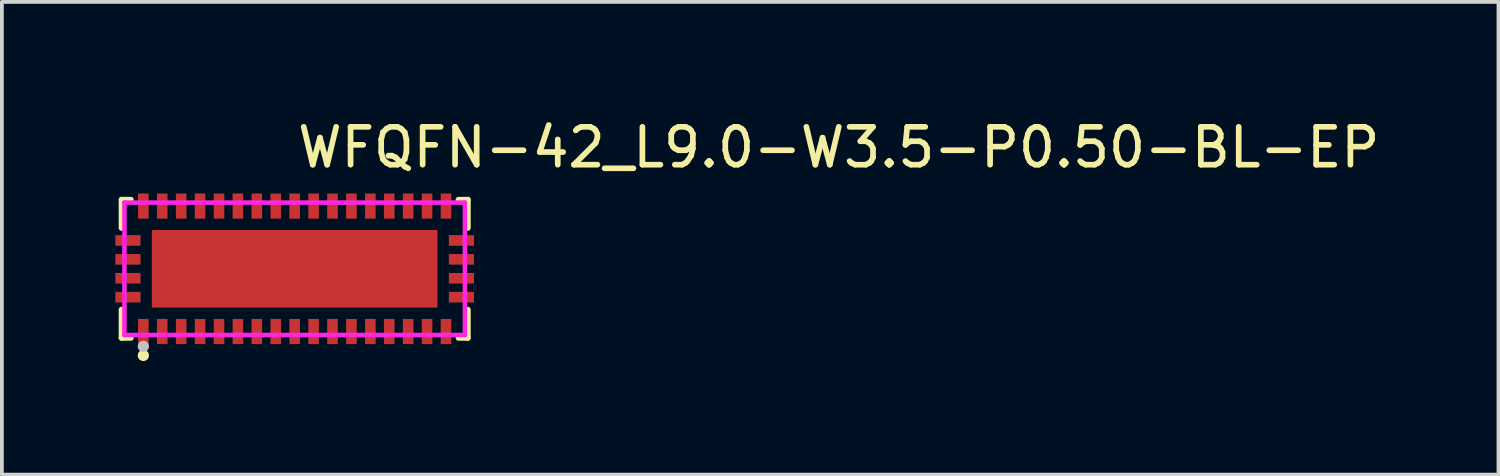
<source format=kicad_pcb>
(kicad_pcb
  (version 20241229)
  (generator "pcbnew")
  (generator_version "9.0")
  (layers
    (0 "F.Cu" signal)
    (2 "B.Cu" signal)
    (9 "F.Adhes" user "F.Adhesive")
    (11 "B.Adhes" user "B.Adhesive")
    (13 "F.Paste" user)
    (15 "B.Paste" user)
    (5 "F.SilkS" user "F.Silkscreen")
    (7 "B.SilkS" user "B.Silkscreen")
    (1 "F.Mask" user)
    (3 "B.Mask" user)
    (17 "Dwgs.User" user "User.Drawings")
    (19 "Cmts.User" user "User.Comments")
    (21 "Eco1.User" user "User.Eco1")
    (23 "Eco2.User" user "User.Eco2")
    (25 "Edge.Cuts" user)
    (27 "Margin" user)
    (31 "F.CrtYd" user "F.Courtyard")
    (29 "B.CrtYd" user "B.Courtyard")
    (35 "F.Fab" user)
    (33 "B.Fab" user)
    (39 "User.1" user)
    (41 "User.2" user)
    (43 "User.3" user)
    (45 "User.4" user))
  (footprint "WFQFN-42_L9.0-W3.5-P0.50-BL-EP"
    (layer "F.Cu")
    (at 4.737 4.055)
    (property "Reference" "WFQFN-42_L9.0-W3.5-P0.50-BL-EP" (at 0 -3.207 0) (layer "F.SilkS") (effects (font (size 1 1) (thickness 0.15)) (justify left)))
    (attr through_hole)
    (fp_line (start -4.574 -1.826) (end -4.328 -1.826) (stroke (width 0.152) (type solid)) (layer "F.SilkS"))
    (fp_line (start -4.574 -1.08) (end -4.574 -1.826) (stroke (width 0.152) (type solid)) (layer "F.SilkS"))
    (fp_line (start -4.574 1.08) (end -4.574 1.826) (stroke (width 0.152) (type solid)) (layer "F.SilkS"))
    (fp_line (start -4.574 1.826) (end -4.328 1.826) (stroke (width 0.152) (type solid)) (layer "F.SilkS"))
    (fp_line (start 4.579 -1.826) (end 4.333 -1.826) (stroke (width 0.152) (type solid)) (layer "F.SilkS"))
    (fp_line (start 4.579 -1.08) (end 4.579 -1.826) (stroke (width 0.152) (type solid)) (layer "F.SilkS"))
    (fp_line (start 4.579 1.08) (end 4.579 1.826) (stroke (width 0.152) (type solid)) (layer "F.SilkS"))
    (fp_line (start 4.579 1.826) (end 4.333 1.826) (stroke (width 0.152) (type solid)) (layer "F.SilkS"))
    (fp_circle (center -3.998 2.29) (end -3.923 2.29) (stroke (width 0.15) (type solid)) (fill no) (layer "F.SilkS"))
    (fp_circle (center -3.998 2.05) (end -3.923 2.05) (stroke (width 0.15) (type solid)) (fill no) (layer "Dwgs.User"))
    (fp_circle (center -4.498 1.75) (end -4.468 1.75) (stroke (width 0.06) (type solid)) (fill no) (layer "Eco2.User"))
    (fp_poly (pts (xy -4.123 -1.75) (xy -4.123 -1.35) (xy -3.873 -1.35) (xy -3.873 -1.75)) (stroke (width 0.12) (type solid)) (fill no) (layer "Eco2.User"))
    (fp_poly (pts (xy -4.123 1.75) (xy -4.123 1.35) (xy -3.873 1.35) (xy -3.873 1.75)) (stroke (width 0.12) (type solid)) (fill no) (layer "Eco2.User"))
    (fp_poly (pts (xy -4.098 -0.625) (xy -4.098 -0.875) (xy -4.498 -0.875) (xy -4.498 -0.625)) (stroke (width 0.12) (type solid)) (fill no) (layer "Eco2.User"))
    (fp_poly (pts (xy -4.098 -0.125) (xy -4.098 -0.375) (xy -4.498 -0.375) (xy -4.498 -0.125)) (stroke (width 0.12) (type solid)) (fill no) (layer "Eco2.User"))
    (fp_poly (pts (xy -4.098 0.375) (xy -4.098 0.125) (xy -4.498 0.125) (xy -4.498 0.375)) (stroke (width 0.12) (type solid)) (fill no) (layer "Eco2.User"))
    (fp_poly (pts (xy -4.098 0.875) (xy -4.098 0.625) (xy -4.498 0.625) (xy -4.498 0.875)) (stroke (width 0.12) (type solid)) (fill no) (layer "Eco2.User"))
    (fp_poly (pts (xy -3.623 -1.75) (xy -3.623 -1.35) (xy -3.373 -1.35) (xy -3.373 -1.75)) (stroke (width 0.12) (type solid)) (fill no) (layer "Eco2.User"))
    (fp_poly (pts (xy -3.623 1.75) (xy -3.623 1.35) (xy -3.373 1.35) (xy -3.373 1.75)) (stroke (width 0.12) (type solid)) (fill no) (layer "Eco2.User"))
    (fp_poly (pts (xy -3.123 -1.75) (xy -3.123 -1.35) (xy -2.873 -1.35) (xy -2.873 -1.75)) (stroke (width 0.12) (type solid)) (fill no) (layer "Eco2.User"))
    (fp_poly (pts (xy -3.123 1.75) (xy -3.123 1.35) (xy -2.873 1.35) (xy -2.873 1.75)) (stroke (width 0.12) (type solid)) (fill no) (layer "Eco2.User"))
    (fp_poly (pts (xy -2.623 -1.75) (xy -2.623 -1.35) (xy -2.373 -1.35) (xy -2.373 -1.75)) (stroke (width 0.12) (type solid)) (fill no) (layer "Eco2.User"))
    (fp_poly (pts (xy -2.623 1.75) (xy -2.623 1.35) (xy -2.373 1.35) (xy -2.373 1.75)) (stroke (width 0.12) (type solid)) (fill no) (layer "Eco2.User"))
    (fp_poly (pts (xy -2.123 -1.75) (xy -2.123 -1.35) (xy -1.873 -1.35) (xy -1.873 -1.75)) (stroke (width 0.12) (type solid)) (fill no) (layer "Eco2.User"))
    (fp_poly (pts (xy -2.123 1.75) (xy -2.123 1.35) (xy -1.873 1.35) (xy -1.873 1.75)) (stroke (width 0.12) (type solid)) (fill no) (layer "Eco2.User"))
    (fp_poly (pts (xy -1.623 -1.75) (xy -1.623 -1.35) (xy -1.373 -1.35) (xy -1.373 -1.75)) (stroke (width 0.12) (type solid)) (fill no) (layer "Eco2.User"))
    (fp_poly (pts (xy -1.623 1.75) (xy -1.623 1.35) (xy -1.373 1.35) (xy -1.373 1.75)) (stroke (width 0.12) (type solid)) (fill no) (layer "Eco2.User"))
    (fp_poly (pts (xy -1.123 -1.75) (xy -1.123 -1.35) (xy -0.873 -1.35) (xy -0.873 -1.75)) (stroke (width 0.12) (type solid)) (fill no) (layer "Eco2.User"))
    (fp_poly (pts (xy -1.123 1.75) (xy -1.123 1.35) (xy -0.873 1.35) (xy -0.873 1.75)) (stroke (width 0.12) (type solid)) (fill no) (layer "Eco2.User"))
    (fp_poly (pts (xy -0.623 -1.75) (xy -0.623 -1.35) (xy -0.373 -1.35) (xy -0.373 -1.75)) (stroke (width 0.12) (type solid)) (fill no) (layer "Eco2.User"))
    (fp_poly (pts (xy -0.623 1.75) (xy -0.623 1.35) (xy -0.373 1.35) (xy -0.373 1.75)) (stroke (width 0.12) (type solid)) (fill no) (layer "Eco2.User"))
    (fp_poly (pts (xy -0.123 -1.75) (xy -0.123 -1.35) (xy 0.127 -1.35) (xy 0.127 -1.75)) (stroke (width 0.12) (type solid)) (fill no) (layer "Eco2.User"))
    (fp_poly (pts (xy -0.123 1.75) (xy -0.123 1.35) (xy 0.127 1.35) (xy 0.127 1.75)) (stroke (width 0.12) (type solid)) (fill no) (layer "Eco2.User"))
    (fp_poly (pts (xy 0.377 -1.75) (xy 0.377 -1.35) (xy 0.627 -1.35) (xy 0.627 -1.75)) (stroke (width 0.12) (type solid)) (fill no) (layer "Eco2.User"))
    (fp_poly (pts (xy 0.377 1.75) (xy 0.377 1.35) (xy 0.627 1.35) (xy 0.627 1.75)) (stroke (width 0.12) (type solid)) (fill no) (layer "Eco2.User"))
    (fp_poly (pts (xy 0.877 -1.75) (xy 0.877 -1.35) (xy 1.127 -1.35) (xy 1.127 -1.75)) (stroke (width 0.12) (type solid)) (fill no) (layer "Eco2.User"))
    (fp_poly (pts (xy 0.877 1.75) (xy 0.877 1.35) (xy 1.127 1.35) (xy 1.127 1.75)) (stroke (width 0.12) (type solid)) (fill no) (layer "Eco2.User"))
    (fp_poly (pts (xy 1.377 -1.75) (xy 1.377 -1.35) (xy 1.627 -1.35) (xy 1.627 -1.75)) (stroke (width 0.12) (type solid)) (fill no) (layer "Eco2.User"))
    (fp_poly (pts (xy 1.377 1.75) (xy 1.377 1.35) (xy 1.627 1.35) (xy 1.627 1.75)) (stroke (width 0.12) (type solid)) (fill no) (layer "Eco2.User"))
    (fp_poly (pts (xy 1.877 -1.75) (xy 1.877 -1.35) (xy 2.127 -1.35) (xy 2.127 -1.75)) (stroke (width 0.12) (type solid)) (fill no) (layer "Eco2.User"))
    (fp_poly (pts (xy 1.877 1.75) (xy 1.877 1.35) (xy 2.127 1.35) (xy 2.127 1.75)) (stroke (width 0.12) (type solid)) (fill no) (layer "Eco2.User"))
    (fp_poly (pts (xy 2.377 -1.75) (xy 2.377 -1.35) (xy 2.627 -1.35) (xy 2.627 -1.75)) (stroke (width 0.12) (type solid)) (fill no) (layer "Eco2.User"))
    (fp_poly (pts (xy 2.377 1.75) (xy 2.377 1.35) (xy 2.627 1.35) (xy 2.627 1.75)) (stroke (width 0.12) (type solid)) (fill no) (layer "Eco2.User"))
    (fp_poly (pts (xy 2.877 -1.75) (xy 2.877 -1.35) (xy 3.127 -1.35) (xy 3.127 -1.75)) (stroke (width 0.12) (type solid)) (fill no) (layer "Eco2.User"))
    (fp_poly (pts (xy 2.877 1.75) (xy 2.877 1.35) (xy 3.127 1.35) (xy 3.127 1.75)) (stroke (width 0.12) (type solid)) (fill no) (layer "Eco2.User"))
    (fp_poly (pts (xy 3.377 -1.75) (xy 3.377 -1.35) (xy 3.627 -1.35) (xy 3.627 -1.75)) (stroke (width 0.12) (type solid)) (fill no) (layer "Eco2.User"))
    (fp_poly (pts (xy 3.377 1.75) (xy 3.377 1.35) (xy 3.627 1.35) (xy 3.627 1.75)) (stroke (width 0.12) (type solid)) (fill no) (layer "Eco2.User"))
    (fp_poly (pts (xy 3.877 -1.75) (xy 3.877 -1.35) (xy 4.127 -1.35) (xy 4.127 -1.75)) (stroke (width 0.12) (type solid)) (fill no) (layer "Eco2.User"))
    (fp_poly (pts (xy 3.877 1.75) (xy 3.877 1.35) (xy 4.127 1.35) (xy 4.127 1.75)) (stroke (width 0.12) (type solid)) (fill no) (layer "Eco2.User"))
    (fp_poly (pts (xy 4.102 -0.625) (xy 4.102 -0.875) (xy 4.502 -0.875) (xy 4.502 -0.625)) (stroke (width 0.12) (type solid)) (fill no) (layer "Eco2.User"))
    (fp_poly (pts (xy 4.102 -0.125) (xy 4.102 -0.375) (xy 4.502 -0.375) (xy 4.502 -0.125)) (stroke (width 0.12) (type solid)) (fill no) (layer "Eco2.User"))
    (fp_poly (pts (xy 4.102 0.375) (xy 4.102 0.125) (xy 4.502 0.125) (xy 4.502 0.375)) (stroke (width 0.12) (type solid)) (fill no) (layer "Eco2.User"))
    (fp_poly (pts (xy 4.102 0.875) (xy 4.102 0.625) (xy 4.502 0.625) (xy 4.502 0.875)) (stroke (width 0.12) (type solid)) (fill no) (layer "Eco2.User"))
    (fp_poly (pts (xy -3.773 0.82) (xy -3.773 -1.025) (xy 3.777 -1.025) (xy 3.777 1.025) (xy -3.568 1.025)) (stroke (width 0.12) (type solid)) (fill no) (layer "Eco2.User"))
    (fp_line (start -4.498 -1.75) (end 4.502 -1.75) (stroke (width 0.12) (type solid)) (layer "F.CrtYd"))
    (fp_line (start -4.498 1.75) (end -4.498 -1.75) (stroke (width 0.12) (type solid)) (layer "F.CrtYd"))
    (fp_line (start 4.502 -1.75) (end 4.502 1.75) (stroke (width 0.12) (type solid)) (layer "F.CrtYd"))
    (fp_line (start 4.502 1.75) (end -4.498 1.75) (stroke (width 0.12) (type solid)) (layer "F.CrtYd"))
    (pad "1" smd rect (at -3.998 1.658) (size 0.28 0.665) (layers "F.Cu" "F.Mask" "F.Paste"))
    (pad "2" smd rect (at -3.498 1.658) (size 0.28 0.665) (layers "F.Cu" "F.Mask" "F.Paste"))
    (pad "3" smd rect (at -2.998 1.658) (size 0.28 0.665) (layers "F.Cu" "F.Mask" "F.Paste"))
    (pad "4" smd rect (at -2.498 1.658) (size 0.28 0.665) (layers "F.Cu" "F.Mask" "F.Paste"))
    (pad "5" smd rect (at -1.998 1.658) (size 0.28 0.665) (layers "F.Cu" "F.Mask" "F.Paste"))
    (pad "6" smd rect (at -1.498 1.658) (size 0.28 0.665) (layers "F.Cu" "F.Mask" "F.Paste"))
    (pad "7" smd rect (at -0.998 1.658) (size 0.28 0.665) (layers "F.Cu" "F.Mask" "F.Paste"))
    (pad "8" smd rect (at -0.498 1.658) (size 0.28 0.665) (layers "F.Cu" "F.Mask" "F.Paste"))
    (pad "9" smd rect (at 0.002 1.658) (size 0.28 0.665) (layers "F.Cu" "F.Mask" "F.Paste"))
    (pad "10" smd rect (at 0.502 1.658) (size 0.28 0.665) (layers "F.Cu" "F.Mask" "F.Paste"))
    (pad "11" smd rect (at 1.002 1.658) (size 0.28 0.665) (layers "F.Cu" "F.Mask" "F.Paste"))
    (pad "12" smd rect (at 1.502 1.658) (size 0.28 0.665) (layers "F.Cu" "F.Mask" "F.Paste"))
    (pad "13" smd rect (at 2.002 1.658) (size 0.28 0.665) (layers "F.Cu" "F.Mask" "F.Paste"))
    (pad "14" smd rect (at 2.502 1.658) (size 0.28 0.665) (layers "F.Cu" "F.Mask" "F.Paste"))
    (pad "15" smd rect (at 3.002 1.658) (size 0.28 0.665) (layers "F.Cu" "F.Mask" "F.Paste"))
    (pad "16" smd rect (at 3.502 1.658) (size 0.28 0.665) (layers "F.Cu" "F.Mask" "F.Paste"))
    (pad "17" smd rect (at 4.002 1.658) (size 0.28 0.665) (layers "F.Cu" "F.Mask" "F.Paste"))
    (pad "18" smd rect (at 4.41 0.75) (size 0.665 0.28) (layers "F.Cu" "F.Mask" "F.Paste"))
    (pad "19" smd rect (at 4.41 0.25) (size 0.665 0.28) (layers "F.Cu" "F.Mask" "F.Paste"))
    (pad "20" smd rect (at 4.41 -0.25) (size 0.665 0.28) (layers "F.Cu" "F.Mask" "F.Paste"))
    (pad "21" smd rect (at 4.41 -0.75) (size 0.665 0.28) (layers "F.Cu" "F.Mask" "F.Paste"))
    (pad "22" smd rect (at 4.002 -1.658) (size 0.28 0.665) (layers "F.Cu" "F.Mask" "F.Paste"))
    (pad "23" smd rect (at 3.502 -1.658) (size 0.28 0.665) (layers "F.Cu" "F.Mask" "F.Paste"))
    (pad "24" smd rect (at 3.002 -1.658) (size 0.28 0.665) (layers "F.Cu" "F.Mask" "F.Paste"))
    (pad "25" smd rect (at 2.502 -1.658) (size 0.28 0.665) (layers "F.Cu" "F.Mask" "F.Paste"))
    (pad "26" smd rect (at 2.002 -1.658) (size 0.28 0.665) (layers "F.Cu" "F.Mask" "F.Paste"))
    (pad "27" smd rect (at 1.502 -1.658) (size 0.28 0.665) (layers "F.Cu" "F.Mask" "F.Paste"))
    (pad "28" smd rect (at 1.002 -1.658) (size 0.28 0.665) (layers "F.Cu" "F.Mask" "F.Paste"))
    (pad "29" smd rect (at 0.502 -1.658) (size 0.28 0.665) (layers "F.Cu" "F.Mask" "F.Paste"))
    (pad "30" smd rect (at 0.002 -1.658) (size 0.28 0.665) (layers "F.Cu" "F.Mask" "F.Paste"))
    (pad "31" smd rect (at -0.498 -1.658) (size 0.28 0.665) (layers "F.Cu" "F.Mask" "F.Paste"))
    (pad "32" smd rect (at -0.998 -1.658) (size 0.28 0.665) (layers "F.Cu" "F.Mask" "F.Paste"))
    (pad "33" smd rect (at -1.498 -1.658) (size 0.28 0.665) (layers "F.Cu" "F.Mask" "F.Paste"))
    (pad "34" smd rect (at -1.998 -1.658) (size 0.28 0.665) (layers "F.Cu" "F.Mask" "F.Paste"))
    (pad "35" smd rect (at -2.498 -1.658) (size 0.28 0.665) (layers "F.Cu" "F.Mask" "F.Paste"))
    (pad "36" smd rect (at -2.998 -1.658) (size 0.28 0.665) (layers "F.Cu" "F.Mask" "F.Paste"))
    (pad "37" smd rect (at -3.498 -1.658) (size 0.28 0.665) (layers "F.Cu" "F.Mask" "F.Paste"))
    (pad "38" smd rect (at -3.998 -1.658) (size 0.28 0.665) (layers "F.Cu" "F.Mask" "F.Paste"))
    (pad "39" smd rect (at -4.405 -0.75) (size 0.665 0.28) (layers "F.Cu" "F.Mask" "F.Paste"))
    (pad "40" smd rect (at -4.405 -0.25) (size 0.665 0.28) (layers "F.Cu" "F.Mask" "F.Paste"))
    (pad "41" smd rect (at -4.405 0.25) (size 0.665 0.28) (layers "F.Cu" "F.Mask" "F.Paste"))
    (pad "42" smd rect (at -4.405 0.75) (size 0.665 0.28) (layers "F.Cu" "F.Mask" "F.Paste"))
    (pad "43" smd rect (at 0.002 0) (size 7.55 2.05) (layers "F.Cu" "F.Mask" "F.Paste")))
  (gr_rect
    (start -3 -3)
    (end 36.559 9.495)
    (stroke (width 0.1) (type default))
    (fill no)
    (layer "Edge.Cuts")))
</source>
